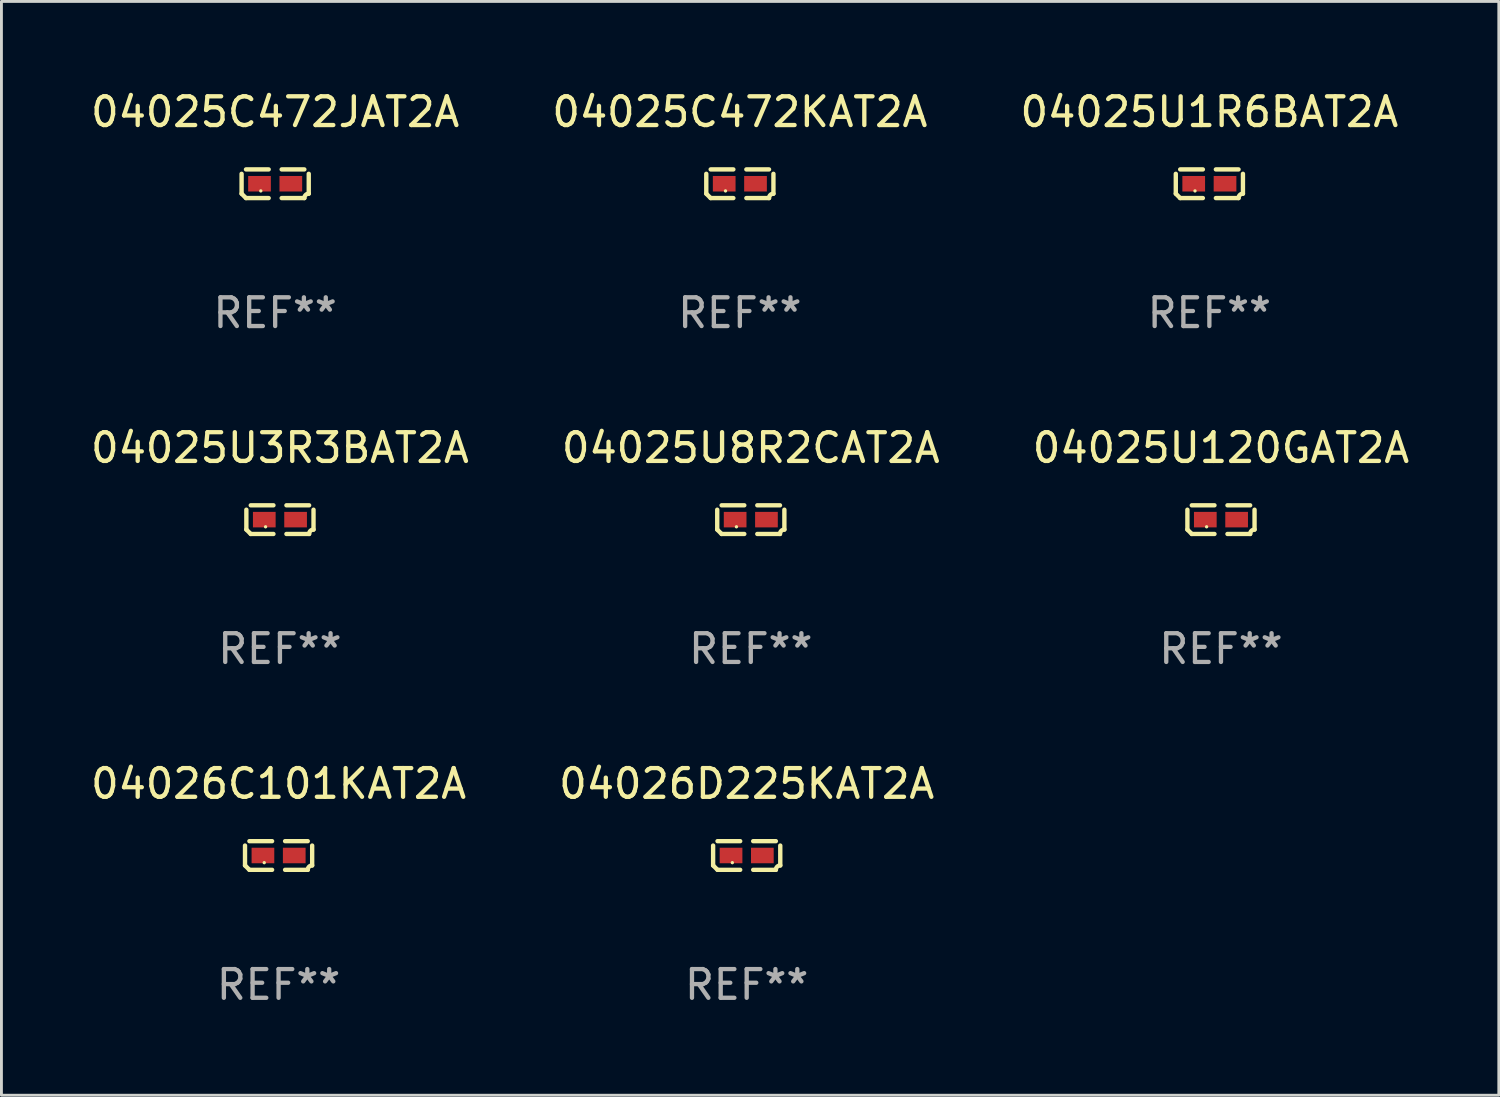
<source format=kicad_pcb>
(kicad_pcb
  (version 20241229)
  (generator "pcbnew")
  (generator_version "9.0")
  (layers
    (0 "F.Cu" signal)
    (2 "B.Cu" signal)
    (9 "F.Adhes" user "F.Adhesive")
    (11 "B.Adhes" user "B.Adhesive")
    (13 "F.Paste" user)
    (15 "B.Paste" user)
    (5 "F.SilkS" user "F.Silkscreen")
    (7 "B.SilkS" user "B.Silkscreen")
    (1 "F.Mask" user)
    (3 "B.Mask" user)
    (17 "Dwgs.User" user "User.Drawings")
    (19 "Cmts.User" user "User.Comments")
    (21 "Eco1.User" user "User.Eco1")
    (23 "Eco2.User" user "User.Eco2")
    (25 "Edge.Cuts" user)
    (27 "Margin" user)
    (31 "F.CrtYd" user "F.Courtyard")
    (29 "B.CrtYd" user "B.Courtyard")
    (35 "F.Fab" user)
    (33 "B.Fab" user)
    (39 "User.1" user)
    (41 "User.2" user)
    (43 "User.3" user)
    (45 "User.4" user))
  (footprint "04025U120GAT2A"
    (layer "F.Cu")
    (at 39.458 15.041)
    (property "Reference" "04025U120GAT2A" (at 0 -2.499 0) (layer "F.SilkS") (effects (font (size 1 1) (thickness 0.15))))
    (attr through_hole)
    (fp_line (start -1.169 0.346) (end -1.169 -0.346) (stroke (width 0.152) (type solid)) (layer "F.SilkS"))
    (fp_line (start -1.016 -0.499) (end -0.226 -0.499) (stroke (width 0.152) (type solid)) (layer "F.SilkS"))
    (fp_line (start -0.226 0.499) (end -1.016 0.499) (stroke (width 0.152) (type solid)) (layer "F.SilkS"))
    (fp_line (start 0.226 0.499) (end 1.016 0.499) (stroke (width 0.152) (type solid)) (layer "F.SilkS"))
    (fp_line (start 1.016 -0.499) (end 0.226 -0.499) (stroke (width 0.152) (type solid)) (layer "F.SilkS"))
    (fp_line (start 1.169 0.346) (end 1.169 -0.346) (stroke (width 0.152) (type solid)) (layer "F.SilkS"))
    (fp_arc (start -1.016307 0.498603) (mid -1.092512 0.422405) (end -1.16871 0.3462) (stroke (width 0.1524) (type solid)) (layer "F.SilkS"))
    (fp_arc (start 1.016307 0.498603) (mid 1.060899 0.390758) (end 1.168707 0.346076) (stroke (width 0.1524) (type solid)) (layer "F.SilkS"))
    (fp_circle (center -0.5 0.25) (end -0.47 0.25) (stroke (width 0.06) (type solid)) (fill no) (layer "F.SilkS"))
    (fp_text user "REF**" (at 0 4.499 0) (layer "F.Fab") (effects (font (size 1 1) (thickness 0.15))))
    (pad "1" smd rect (at -0.545 0) (size 0.79 0.54) (layers "F.Cu" "F.Mask" "F.Paste"))
    (pad "2" smd rect (at 0.545 0) (size 0.79 0.54) (layers "F.Cu" "F.Mask" "F.Paste")))
  (footprint "04025C472KAT2A"
    (layer "F.Cu")
    (at 22.708 3.347)
    (property "Reference" "04025C472KAT2A" (at 0 -2.499 0) (layer "F.SilkS") (effects (font (size 1 1) (thickness 0.15))))
    (attr through_hole)
    (fp_line (start -1.169 0.346) (end -1.169 -0.346) (stroke (width 0.152) (type solid)) (layer "F.SilkS"))
    (fp_line (start -1.016 -0.499) (end -0.226 -0.499) (stroke (width 0.152) (type solid)) (layer "F.SilkS"))
    (fp_line (start -0.226 0.499) (end -1.016 0.499) (stroke (width 0.152) (type solid)) (layer "F.SilkS"))
    (fp_line (start 0.226 0.499) (end 1.016 0.499) (stroke (width 0.152) (type solid)) (layer "F.SilkS"))
    (fp_line (start 1.016 -0.499) (end 0.226 -0.499) (stroke (width 0.152) (type solid)) (layer "F.SilkS"))
    (fp_line (start 1.169 0.346) (end 1.169 -0.346) (stroke (width 0.152) (type solid)) (layer "F.SilkS"))
    (fp_arc (start -1.016307 0.498603) (mid -1.092512 0.422405) (end -1.16871 0.3462) (stroke (width 0.1524) (type solid)) (layer "F.SilkS"))
    (fp_arc (start 1.016307 0.498603) (mid 1.060899 0.390758) (end 1.168707 0.346076) (stroke (width 0.1524) (type solid)) (layer "F.SilkS"))
    (fp_circle (center -0.5 0.25) (end -0.47 0.25) (stroke (width 0.06) (type solid)) (fill no) (layer "F.SilkS"))
    (fp_text user "REF**" (at 0 4.499 0) (layer "F.Fab") (effects (font (size 1 1) (thickness 0.15))))
    (pad "1" smd rect (at -0.545 0) (size 0.79 0.54) (layers "F.Cu" "F.Mask" "F.Paste"))
    (pad "2" smd rect (at 0.545 0) (size 0.79 0.54) (layers "F.Cu" "F.Mask" "F.Paste")))
  (footprint "04025U8R2CAT2A"
    (layer "F.Cu")
    (at 23.089 15.041)
    (property "Reference" "04025U8R2CAT2A" (at 0 -2.499 0) (layer "F.SilkS") (effects (font (size 1 1) (thickness 0.15))))
    (attr through_hole)
    (fp_line (start -1.169 0.346) (end -1.169 -0.346) (stroke (width 0.152) (type solid)) (layer "F.SilkS"))
    (fp_line (start -1.016 -0.499) (end -0.226 -0.499) (stroke (width 0.152) (type solid)) (layer "F.SilkS"))
    (fp_line (start -0.226 0.499) (end -1.016 0.499) (stroke (width 0.152) (type solid)) (layer "F.SilkS"))
    (fp_line (start 0.226 0.499) (end 1.016 0.499) (stroke (width 0.152) (type solid)) (layer "F.SilkS"))
    (fp_line (start 1.016 -0.499) (end 0.226 -0.499) (stroke (width 0.152) (type solid)) (layer "F.SilkS"))
    (fp_line (start 1.169 0.346) (end 1.169 -0.346) (stroke (width 0.152) (type solid)) (layer "F.SilkS"))
    (fp_arc (start -1.016307 0.498603) (mid -1.092512 0.422405) (end -1.16871 0.3462) (stroke (width 0.1524) (type solid)) (layer "F.SilkS"))
    (fp_arc (start 1.016307 0.498603) (mid 1.060899 0.390758) (end 1.168707 0.346076) (stroke (width 0.1524) (type solid)) (layer "F.SilkS"))
    (fp_circle (center -0.5 0.25) (end -0.47 0.25) (stroke (width 0.06) (type solid)) (fill no) (layer "F.SilkS"))
    (fp_text user "REF**" (at 0 4.499 0) (layer "F.Fab") (effects (font (size 1 1) (thickness 0.15))))
    (pad "1" smd rect (at -0.545 0) (size 0.79 0.54) (layers "F.Cu" "F.Mask" "F.Paste"))
    (pad "2" smd rect (at 0.545 0) (size 0.79 0.54) (layers "F.Cu" "F.Mask" "F.Paste")))
  (footprint "04026C101KAT2A"
    (layer "F.Cu")
    (at 6.649 26.734)
    (property "Reference" "04026C101KAT2A" (at 0 -2.499 0) (layer "F.SilkS") (effects (font (size 1 1) (thickness 0.15))))
    (attr through_hole)
    (fp_line (start -1.169 0.346) (end -1.169 -0.346) (stroke (width 0.152) (type solid)) (layer "F.SilkS"))
    (fp_line (start -1.016 -0.499) (end -0.226 -0.499) (stroke (width 0.152) (type solid)) (layer "F.SilkS"))
    (fp_line (start -0.226 0.499) (end -1.016 0.499) (stroke (width 0.152) (type solid)) (layer "F.SilkS"))
    (fp_line (start 0.226 0.499) (end 1.016 0.499) (stroke (width 0.152) (type solid)) (layer "F.SilkS"))
    (fp_line (start 1.016 -0.499) (end 0.226 -0.499) (stroke (width 0.152) (type solid)) (layer "F.SilkS"))
    (fp_line (start 1.169 0.346) (end 1.169 -0.346) (stroke (width 0.152) (type solid)) (layer "F.SilkS"))
    (fp_arc (start -1.016307 0.498603) (mid -1.092512 0.422405) (end -1.16871 0.3462) (stroke (width 0.1524) (type solid)) (layer "F.SilkS"))
    (fp_arc (start 1.016307 0.498603) (mid 1.060899 0.390758) (end 1.168707 0.346076) (stroke (width 0.1524) (type solid)) (layer "F.SilkS"))
    (fp_circle (center -0.5 0.25) (end -0.47 0.25) (stroke (width 0.06) (type solid)) (fill no) (layer "F.SilkS"))
    (fp_text user "REF**" (at 0 4.499 0) (layer "F.Fab") (effects (font (size 1 1) (thickness 0.15))))
    (pad "1" smd rect (at -0.545 0) (size 0.79 0.54) (layers "F.Cu" "F.Mask" "F.Paste"))
    (pad "2" smd rect (at 0.545 0) (size 0.79 0.54) (layers "F.Cu" "F.Mask" "F.Paste")))
  (footprint "04025U3R3BAT2A"
    (layer "F.Cu")
    (at 6.696 15.041)
    (property "Reference" "04025U3R3BAT2A" (at 0 -2.499 0) (layer "F.SilkS") (effects (font (size 1 1) (thickness 0.15))))
    (attr through_hole)
    (fp_line (start -1.169 0.346) (end -1.169 -0.346) (stroke (width 0.152) (type solid)) (layer "F.SilkS"))
    (fp_line (start -1.016 -0.499) (end -0.226 -0.499) (stroke (width 0.152) (type solid)) (layer "F.SilkS"))
    (fp_line (start -0.226 0.499) (end -1.016 0.499) (stroke (width 0.152) (type solid)) (layer "F.SilkS"))
    (fp_line (start 0.226 0.499) (end 1.016 0.499) (stroke (width 0.152) (type solid)) (layer "F.SilkS"))
    (fp_line (start 1.016 -0.499) (end 0.226 -0.499) (stroke (width 0.152) (type solid)) (layer "F.SilkS"))
    (fp_line (start 1.169 0.346) (end 1.169 -0.346) (stroke (width 0.152) (type solid)) (layer "F.SilkS"))
    (fp_arc (start -1.016307 0.498603) (mid -1.092512 0.422405) (end -1.16871 0.3462) (stroke (width 0.1524) (type solid)) (layer "F.SilkS"))
    (fp_arc (start 1.016307 0.498603) (mid 1.060899 0.390758) (end 1.168707 0.346076) (stroke (width 0.1524) (type solid)) (layer "F.SilkS"))
    (fp_circle (center -0.5 0.25) (end -0.47 0.25) (stroke (width 0.06) (type solid)) (fill no) (layer "F.SilkS"))
    (fp_text user "REF**" (at 0 4.499 0) (layer "F.Fab") (effects (font (size 1 1) (thickness 0.15))))
    (pad "1" smd rect (at -0.545 0) (size 0.79 0.54) (layers "F.Cu" "F.Mask" "F.Paste"))
    (pad "2" smd rect (at 0.545 0) (size 0.79 0.54) (layers "F.Cu" "F.Mask" "F.Paste")))
  (footprint "04026D225KAT2A"
    (layer "F.Cu")
    (at 22.946 26.734)
    (property "Reference" "04026D225KAT2A" (at 0 -2.499 0) (layer "F.SilkS") (effects (font (size 1 1) (thickness 0.15))))
    (attr through_hole)
    (fp_line (start -1.169 0.346) (end -1.169 -0.346) (stroke (width 0.152) (type solid)) (layer "F.SilkS"))
    (fp_line (start -1.016 -0.499) (end -0.226 -0.499) (stroke (width 0.152) (type solid)) (layer "F.SilkS"))
    (fp_line (start -0.226 0.499) (end -1.016 0.499) (stroke (width 0.152) (type solid)) (layer "F.SilkS"))
    (fp_line (start 0.226 0.499) (end 1.016 0.499) (stroke (width 0.152) (type solid)) (layer "F.SilkS"))
    (fp_line (start 1.016 -0.499) (end 0.226 -0.499) (stroke (width 0.152) (type solid)) (layer "F.SilkS"))
    (fp_line (start 1.169 0.346) (end 1.169 -0.346) (stroke (width 0.152) (type solid)) (layer "F.SilkS"))
    (fp_arc (start -1.016307 0.498603) (mid -1.092512 0.422405) (end -1.16871 0.3462) (stroke (width 0.1524) (type solid)) (layer "F.SilkS"))
    (fp_arc (start 1.016307 0.498603) (mid 1.060899 0.390758) (end 1.168707 0.346076) (stroke (width 0.1524) (type solid)) (layer "F.SilkS"))
    (fp_circle (center -0.5 0.25) (end -0.47 0.25) (stroke (width 0.06) (type solid)) (fill no) (layer "F.SilkS"))
    (fp_text user "REF**" (at 0 4.499 0) (layer "F.Fab") (effects (font (size 1 1) (thickness 0.15))))
    (pad "1" smd rect (at -0.545 0) (size 0.79 0.54) (layers "F.Cu" "F.Mask" "F.Paste"))
    (pad "2" smd rect (at 0.545 0) (size 0.79 0.54) (layers "F.Cu" "F.Mask" "F.Paste")))
  (footprint "04025U1R6BAT2A"
    (layer "F.Cu")
    (at 39.054 3.347)
    (property "Reference" "04025U1R6BAT2A" (at 0 -2.499 0) (layer "F.SilkS") (effects (font (size 1 1) (thickness 0.15))))
    (attr through_hole)
    (fp_line (start -1.169 0.346) (end -1.169 -0.346) (stroke (width 0.152) (type solid)) (layer "F.SilkS"))
    (fp_line (start -1.016 -0.499) (end -0.226 -0.499) (stroke (width 0.152) (type solid)) (layer "F.SilkS"))
    (fp_line (start -0.226 0.499) (end -1.016 0.499) (stroke (width 0.152) (type solid)) (layer "F.SilkS"))
    (fp_line (start 0.226 0.499) (end 1.016 0.499) (stroke (width 0.152) (type solid)) (layer "F.SilkS"))
    (fp_line (start 1.016 -0.499) (end 0.226 -0.499) (stroke (width 0.152) (type solid)) (layer "F.SilkS"))
    (fp_line (start 1.169 0.346) (end 1.169 -0.346) (stroke (width 0.152) (type solid)) (layer "F.SilkS"))
    (fp_arc (start -1.016307 0.498603) (mid -1.092512 0.422405) (end -1.16871 0.3462) (stroke (width 0.1524) (type solid)) (layer "F.SilkS"))
    (fp_arc (start 1.016307 0.498603) (mid 1.060899 0.390758) (end 1.168707 0.346076) (stroke (width 0.1524) (type solid)) (layer "F.SilkS"))
    (fp_circle (center -0.5 0.25) (end -0.47 0.25) (stroke (width 0.06) (type solid)) (fill no) (layer "F.SilkS"))
    (fp_text user "REF**" (at 0 4.499 0) (layer "F.Fab") (effects (font (size 1 1) (thickness 0.15))))
    (pad "1" smd rect (at -0.545 0) (size 0.79 0.54) (layers "F.Cu" "F.Mask" "F.Paste"))
    (pad "2" smd rect (at 0.545 0) (size 0.79 0.54) (layers "F.Cu" "F.Mask" "F.Paste")))
  (footprint "04025C472JAT2A"
    (layer "F.Cu")
    (at 6.53 3.347)
    (property "Reference" "04025C472JAT2A" (at 0 -2.499 0) (layer "F.SilkS") (effects (font (size 1 1) (thickness 0.15))))
    (attr through_hole)
    (fp_line (start -1.169 0.346) (end -1.169 -0.346) (stroke (width 0.152) (type solid)) (layer "F.SilkS"))
    (fp_line (start -1.016 -0.499) (end -0.226 -0.499) (stroke (width 0.152) (type solid)) (layer "F.SilkS"))
    (fp_line (start -0.226 0.499) (end -1.016 0.499) (stroke (width 0.152) (type solid)) (layer "F.SilkS"))
    (fp_line (start 0.226 0.499) (end 1.016 0.499) (stroke (width 0.152) (type solid)) (layer "F.SilkS"))
    (fp_line (start 1.016 -0.499) (end 0.226 -0.499) (stroke (width 0.152) (type solid)) (layer "F.SilkS"))
    (fp_line (start 1.169 0.346) (end 1.169 -0.346) (stroke (width 0.152) (type solid)) (layer "F.SilkS"))
    (fp_arc (start -1.016307 0.498603) (mid -1.092512 0.422405) (end -1.16871 0.3462) (stroke (width 0.1524) (type solid)) (layer "F.SilkS"))
    (fp_arc (start 1.016307 0.498603) (mid 1.060899 0.390758) (end 1.168707 0.346076) (stroke (width 0.1524) (type solid)) (layer "F.SilkS"))
    (fp_circle (center -0.5 0.25) (end -0.47 0.25) (stroke (width 0.06) (type solid)) (fill no) (layer "F.SilkS"))
    (fp_text user "REF**" (at 0 4.499 0) (layer "F.Fab") (effects (font (size 1 1) (thickness 0.15))))
    (pad "1" smd rect (at -0.545 0) (size 0.79 0.54) (layers "F.Cu" "F.Mask" "F.Paste"))
    (pad "2" smd rect (at 0.545 0) (size 0.79 0.54) (layers "F.Cu" "F.Mask" "F.Paste")))
  (gr_rect
    (start -3 -3)
    (end 49.131 35.081)
    (stroke (width 0.1) (type default))
    (fill no)
    (layer "Edge.Cuts")))
</source>
